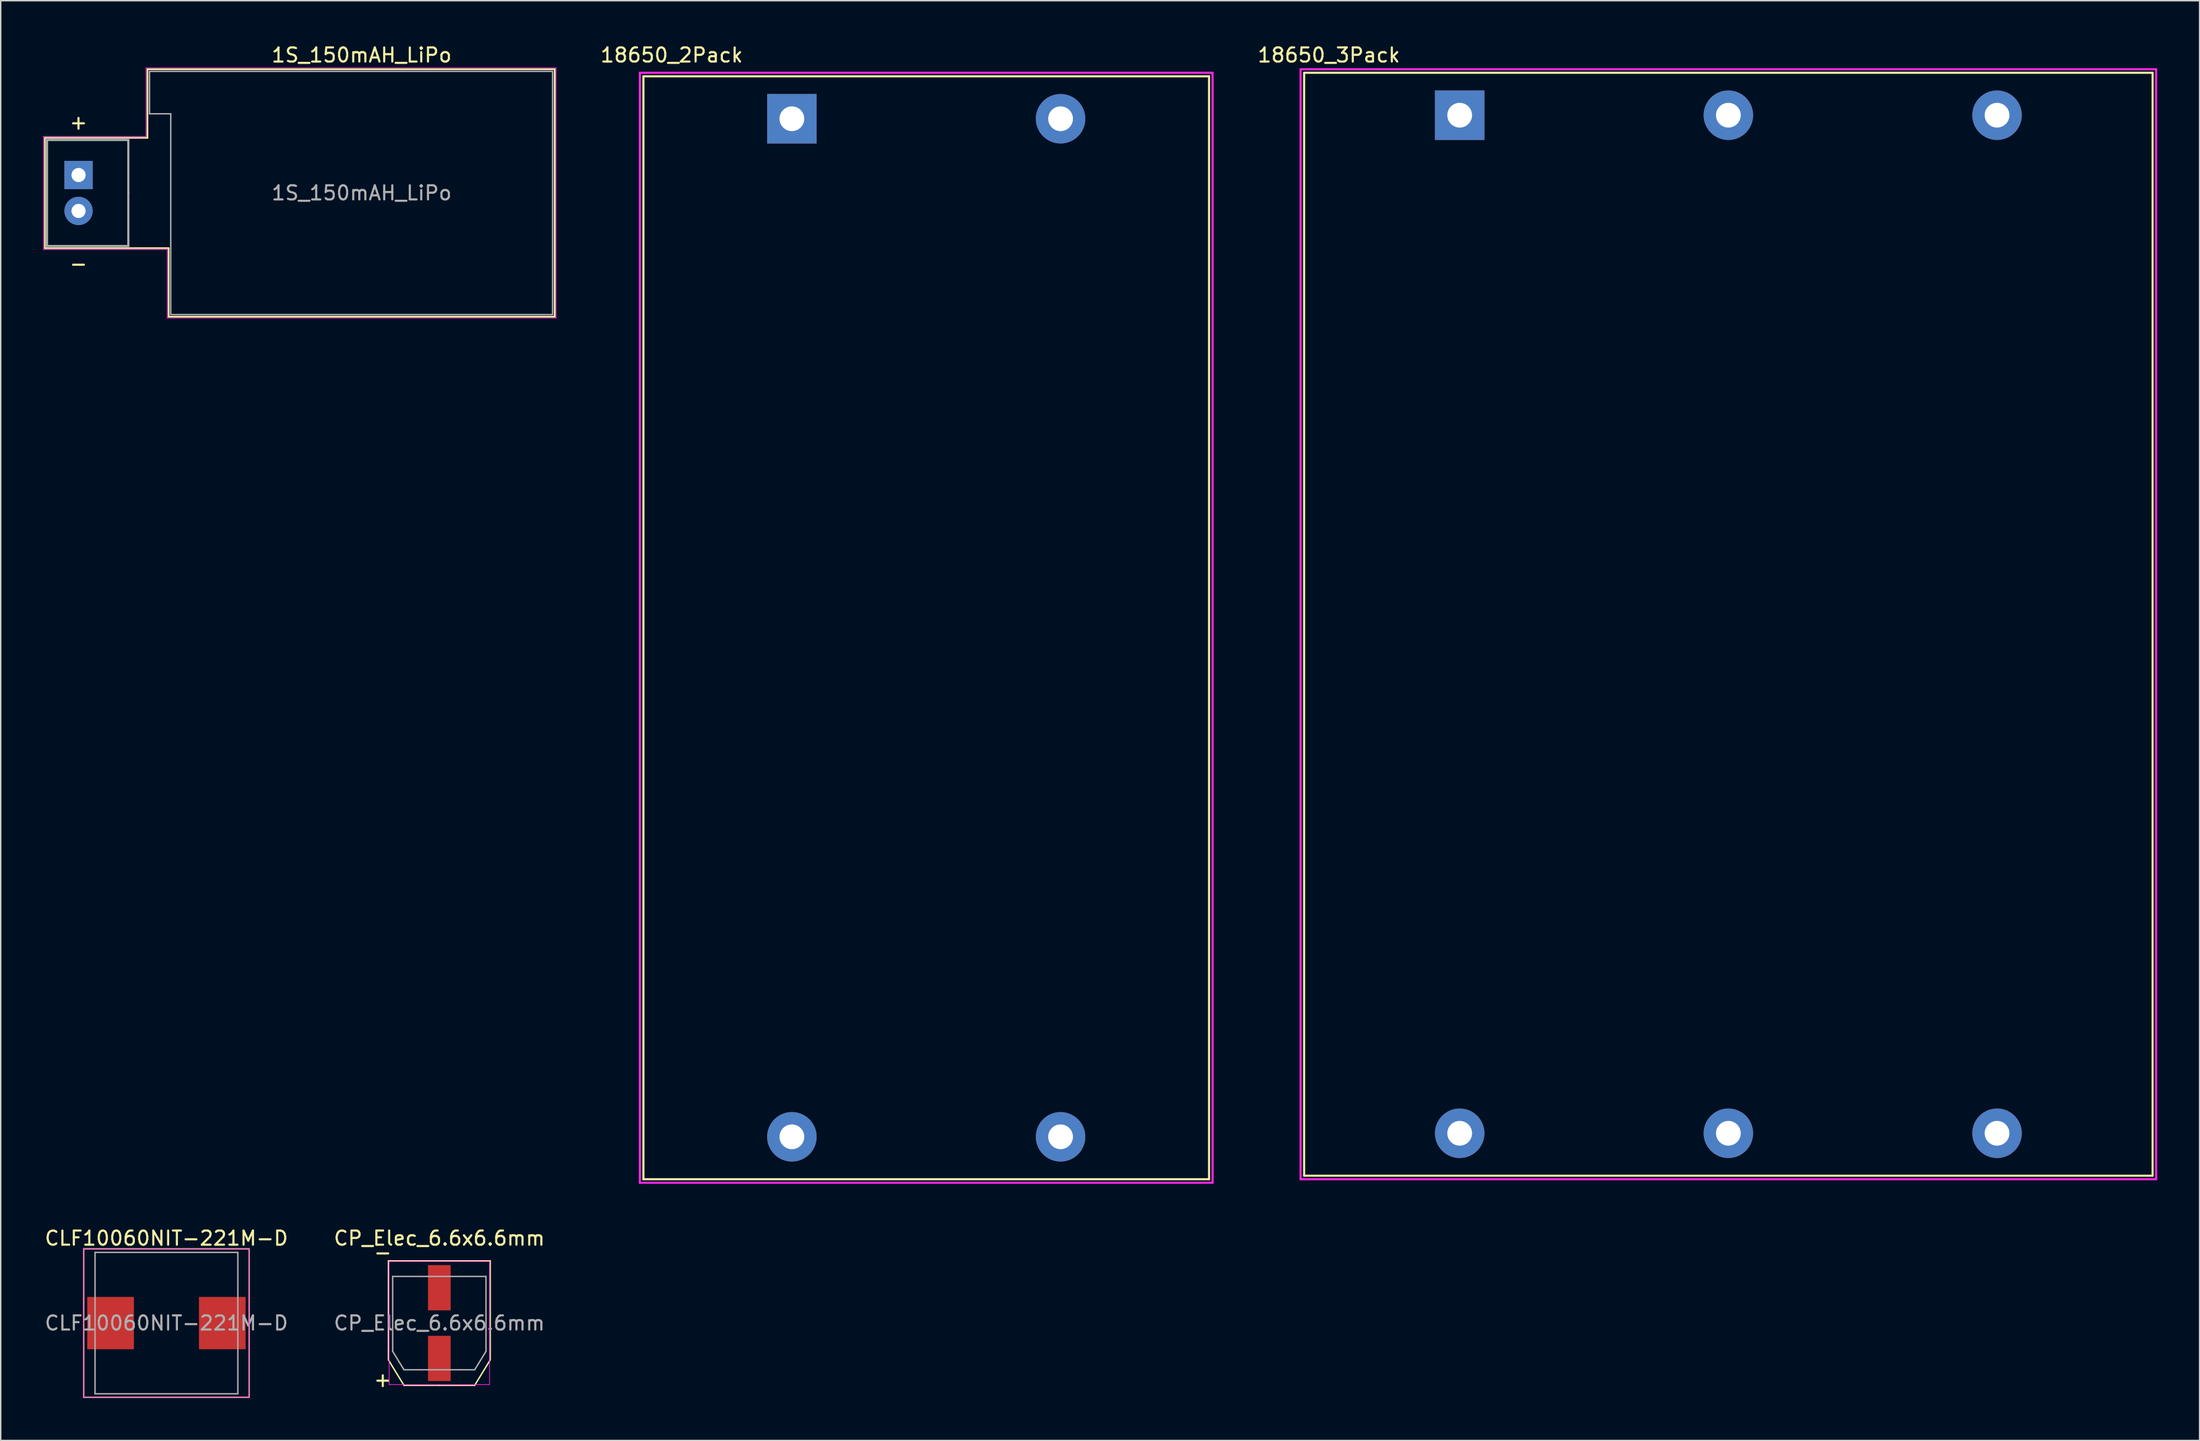
<source format=kicad_pcb>
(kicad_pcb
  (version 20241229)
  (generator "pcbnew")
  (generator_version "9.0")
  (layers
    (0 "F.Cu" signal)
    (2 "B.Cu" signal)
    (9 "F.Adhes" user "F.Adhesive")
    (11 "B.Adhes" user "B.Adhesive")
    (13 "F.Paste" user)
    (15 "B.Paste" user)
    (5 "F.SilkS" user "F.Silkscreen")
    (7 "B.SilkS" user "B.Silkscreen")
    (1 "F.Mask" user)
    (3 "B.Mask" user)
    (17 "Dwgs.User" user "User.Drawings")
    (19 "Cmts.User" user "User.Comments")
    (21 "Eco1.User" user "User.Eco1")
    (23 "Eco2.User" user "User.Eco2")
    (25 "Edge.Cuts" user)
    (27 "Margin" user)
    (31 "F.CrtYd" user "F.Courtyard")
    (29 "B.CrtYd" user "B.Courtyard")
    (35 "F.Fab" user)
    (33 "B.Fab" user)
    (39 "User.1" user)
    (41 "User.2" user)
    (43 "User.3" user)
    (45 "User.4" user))
  (footprint "1S_150mAH_LiPo"
    (layer "F.Cu")
    (at 22.525 10.598)
    (property "Reference" "1S_150mAH_LiPo" (at 0 -9.75 0) (layer "F.SilkS") (effects (font (size 1 1) (thickness 0.15))))
    (attr through_hole)
    (fp_line (start -22.4 -3.9) (end -22.4 3.9) (stroke (width 0.12) (type solid)) (layer "F.SilkS"))
    (fp_line (start -22.4 3.9) (end -13.65 3.9) (stroke (width 0.12) (type solid)) (layer "F.SilkS"))
    (fp_line (start -15.15 -8.75) (end -15.15 -3.9) (stroke (width 0.12) (type solid)) (layer "F.SilkS"))
    (fp_line (start -15.15 -3.9) (end -22.4 -3.9) (stroke (width 0.12) (type solid)) (layer "F.SilkS"))
    (fp_line (start -13.65 3.9) (end -13.65 8.75) (stroke (width 0.12) (type solid)) (layer "F.SilkS"))
    (fp_line (start -13.65 8.75) (end 13.65 8.75) (stroke (width 0.12) (type solid)) (layer "F.SilkS"))
    (fp_line (start 13.65 -8.75) (end -15.15 -8.75) (stroke (width 0.12) (type solid)) (layer "F.SilkS"))
    (fp_line (start 13.65 8.75) (end 13.65 -8.75) (stroke (width 0.12) (type solid)) (layer "F.SilkS"))
    (fp_line (start -22.5 -4) (end -15.25 -4) (stroke (width 0.05) (type solid)) (layer "F.CrtYd"))
    (fp_line (start -22.5 4) (end -22.5 -4) (stroke (width 0.05) (type solid)) (layer "F.CrtYd"))
    (fp_line (start -15.25 -8.85) (end 13.75 -8.85) (stroke (width 0.05) (type solid)) (layer "F.CrtYd"))
    (fp_line (start -15.25 -4) (end -15.25 -8.85) (stroke (width 0.05) (type solid)) (layer "F.CrtYd"))
    (fp_line (start -13.75 4) (end -22.5 4) (stroke (width 0.05) (type solid)) (layer "F.CrtYd"))
    (fp_line (start -13.75 8.85) (end -13.75 4) (stroke (width 0.05) (type solid)) (layer "F.CrtYd"))
    (fp_line (start 13.75 -8.85) (end 13.75 8.85) (stroke (width 0.05) (type solid)) (layer "F.CrtYd"))
    (fp_line (start 13.75 8.85) (end -13.75 8.85) (stroke (width 0.05) (type solid)) (layer "F.CrtYd"))
    (fp_line (start -22.25 -3.75) (end -16.5 -3.75) (stroke (width 0.15) (type solid)) (layer "F.Fab"))
    (fp_line (start -22.25 3.75) (end -22.25 -3.75) (stroke (width 0.15) (type solid)) (layer "F.Fab"))
    (fp_line (start -16.5 0) (end -16.5 -3.75) (stroke (width 0.15) (type solid)) (layer "F.Fab"))
    (fp_line (start -16.5 0) (end -16.5 3.75) (stroke (width 0.15) (type solid)) (layer "F.Fab"))
    (fp_line (start -16.5 3.75) (end -22.25 3.75) (stroke (width 0.15) (type solid)) (layer "F.Fab"))
    (fp_line (start -15 -8.6) (end -15 -5.6) (stroke (width 0.1) (type solid)) (layer "F.Fab"))
    (fp_line (start -15 -5.6) (end -13.5 -5.6) (stroke (width 0.1) (type solid)) (layer "F.Fab"))
    (fp_line (start -13.5 -5.6) (end -13.5 8.6) (stroke (width 0.1) (type solid)) (layer "F.Fab"))
    (fp_line (start -13.5 8.6) (end 13.5 8.6) (stroke (width 0.1) (type solid)) (layer "F.Fab"))
    (fp_line (start 13.5 -8.6) (end -15 -8.6) (stroke (width 0.1) (type solid)) (layer "F.Fab"))
    (fp_line (start 13.5 8.6) (end 13.5 -8.6) (stroke (width 0.1) (type solid)) (layer "F.Fab"))
    (fp_text user "+" (at -20.025 -5 0) (layer "F.SilkS") (effects (font (size 1 1) (thickness 0.15))))
    (fp_text user "-" (at -20.025 5 0) (layer "F.SilkS") (effects (font (size 1 1) (thickness 0.15))))
    (fp_text user "${REFERENCE}" (at 0 0 0) (layer "F.Fab") (effects (font (size 1 1) (thickness 0.15))))
    (pad "1" thru_hole rect (at -20.02 -1.27) (size 2 2) (drill 1) (layers "*.Cu" "*.Mask"))
    (pad "2" thru_hole circle (at -20.02 1.27) (size 2 2) (drill 1) (layers "*.Cu" "*.Mask")))
  (footprint "18650_2Pack"
    (layer "F.Cu")
    (at 62.449 41.348)
    (property "Reference" "18650_2Pack" (at -18 -40.5 0) (layer "F.SilkS") (effects (font (size 1 1) (thickness 0.15))))
    (attr through_hole)
    (fp_line (start -20 -39) (end -20 39) (stroke (width 0.15) (type solid)) (layer "F.SilkS"))
    (fp_line (start -20 39) (end 20 39) (stroke (width 0.15) (type solid)) (layer "F.SilkS"))
    (fp_line (start 20 -39) (end -20 -39) (stroke (width 0.15) (type solid)) (layer "F.SilkS"))
    (fp_line (start 20 39) (end 20 -39) (stroke (width 0.15) (type solid)) (layer "F.SilkS"))
    (fp_line (start -20.25 -39.25) (end -20.25 39.25) (stroke (width 0.15) (type solid)) (layer "F.CrtYd"))
    (fp_line (start -20.25 39.25) (end 20.25 39.25) (stroke (width 0.15) (type solid)) (layer "F.CrtYd"))
    (fp_line (start 20.25 -39.25) (end -20.25 -39.25) (stroke (width 0.15) (type solid)) (layer "F.CrtYd"))
    (fp_line (start 20.25 39.25) (end 20.25 -39.25) (stroke (width 0.15) (type solid)) (layer "F.CrtYd"))
    (pad "1" thru_hole rect (at -9.5 -36) (size 3.5 3.5) (drill 1.75) (layers "*.Cu" "*.Mask"))
    (pad "2" thru_hole circle (at -9.5 36) (size 3.5 3.5) (drill 1.75) (layers "*.Cu" "*.Mask"))
    (pad "3" thru_hole circle (at 9.5 -36) (size 3.5 3.5) (drill 1.75) (layers "*.Cu" "*.Mask"))
    (pad "4" thru_hole circle (at 9.5 36) (size 3.5 3.5) (drill 1.75) (layers "*.Cu" "*.Mask")))
  (footprint "CP_Elec_6.6x6.6mm"
    (layer "F.Cu")
    (at 28.018 90.522)
    (property "Reference" "CP_Elec_6.6x6.6mm" (at 0 -6 0) (layer "F.SilkS") (effects (font (size 1 1) (thickness 0.15))))
    (attr smd)
    (fp_line (start -3.6 -4.4) (end -3.6 2) (stroke (width 0.1) (type solid)) (layer "F.SilkS"))
    (fp_line (start -3.6 2.6) (end -3.6 1.9) (stroke (width 0.1) (type solid)) (layer "F.SilkS"))
    (fp_line (start -3.3 3.1) (end -3.6 2.6) (stroke (width 0.1) (type solid)) (layer "F.SilkS"))
    (fp_line (start -2.5 4.4) (end -3.3 3.1) (stroke (width 0.1) (type solid)) (layer "F.SilkS"))
    (fp_line (start 0 4.4) (end -2.5 4.4) (stroke (width 0.1) (type solid)) (layer "F.SilkS"))
    (fp_line (start 0 4.4) (end 2.5 4.4) (stroke (width 0.1) (type solid)) (layer "F.SilkS"))
    (fp_line (start 2.5 4.4) (end 3.6 2.6) (stroke (width 0.1) (type solid)) (layer "F.SilkS"))
    (fp_line (start 3.6 -4.4) (end -3.6 -4.4) (stroke (width 0.1) (type solid)) (layer "F.SilkS"))
    (fp_line (start 3.6 2.6) (end 3.6 -4.4) (stroke (width 0.1) (type solid)) (layer "F.SilkS"))
    (fp_line (start -3.55 -4.35) (end 3.55 -4.35) (stroke (width 0.05) (type solid)) (layer "F.CrtYd"))
    (fp_line (start -3.55 4.35) (end -3.55 -4.35) (stroke (width 0.05) (type solid)) (layer "F.CrtYd"))
    (fp_line (start 3.55 -4.35) (end 3.55 4.35) (stroke (width 0.05) (type solid)) (layer "F.CrtYd"))
    (fp_line (start 3.55 4.35) (end -3.55 4.35) (stroke (width 0.05) (type solid)) (layer "F.CrtYd"))
    (fp_line (start -3.3 2) (end -3.3 -3.3) (stroke (width 0.1) (type solid)) (layer "F.Fab"))
    (fp_line (start -2.5 3.3) (end -3.3 2) (stroke (width 0.1) (type solid)) (layer "F.Fab"))
    (fp_line (start 2.5 3.3) (end -2.5 3.3) (stroke (width 0.1) (type solid)) (layer "F.Fab"))
    (fp_line (start 3.3 -3.3) (end -3.3 -3.3) (stroke (width 0.1) (type solid)) (layer "F.Fab"))
    (fp_line (start 3.3 -3.3) (end 3.3 2) (stroke (width 0.1) (type solid)) (layer "F.Fab"))
    (fp_line (start 3.3 2) (end 2.5 3.3) (stroke (width 0.1) (type solid)) (layer "F.Fab"))
    (fp_text user "-" (at -4 -5 0) (layer "F.SilkS") (effects (font (size 1 1) (thickness 0.15))))
    (fp_text user "+" (at -4 4 0) (layer "F.SilkS") (effects (font (size 1 1) (thickness 0.15))))
    (fp_text user "${REFERENCE}" (at 0 0 0) (layer "F.Fab") (effects (font (size 1 1) (thickness 0.15))))
    (pad "1" smd rect (at 0 2.5) (size 1.6 3.2) (layers "F.Cu" "F.Mask" "F.Paste"))
    (pad "2" smd rect (at 0 -2.5) (size 1.6 3.2) (layers "F.Cu" "F.Mask" "F.Paste")))
  (footprint "18650_3Pack"
    (layer "F.Cu")
    (at 119.173 41.098)
    (property "Reference" "18650_3Pack" (at -28.25 -40.25 0) (layer "F.SilkS") (effects (font (size 1 1) (thickness 0.15))))
    (attr through_hole)
    (fp_line (start -30 -39) (end -30 39) (stroke (width 0.15) (type solid)) (layer "F.SilkS"))
    (fp_line (start -30 39) (end 30 39) (stroke (width 0.15) (type solid)) (layer "F.SilkS"))
    (fp_line (start 30 -39) (end -30 -39) (stroke (width 0.15) (type solid)) (layer "F.SilkS"))
    (fp_line (start 30 39) (end 30 -39) (stroke (width 0.15) (type solid)) (layer "F.SilkS"))
    (fp_line (start -30.25 -39.25) (end -30.25 39.25) (stroke (width 0.15) (type solid)) (layer "F.CrtYd"))
    (fp_line (start -30.25 39.25) (end 30.25 39.25) (stroke (width 0.15) (type solid)) (layer "F.CrtYd"))
    (fp_line (start 30.25 -39.25) (end -30.25 -39.25) (stroke (width 0.15) (type solid)) (layer "F.CrtYd"))
    (fp_line (start 30.25 39.25) (end 30.25 -39.25) (stroke (width 0.15) (type solid)) (layer "F.CrtYd"))
    (pad "1" thru_hole rect (at -19 -36) (size 3.5 3.5) (drill 1.75) (layers "*.Cu" "*.Mask"))
    (pad "2" thru_hole circle (at -19 36) (size 3.5 3.5) (drill 1.75) (layers "*.Cu" "*.Mask"))
    (pad "3" thru_hole circle (at 0 -36) (size 3.5 3.5) (drill 1.75) (layers "*.Cu" "*.Mask"))
    (pad "4" thru_hole circle (at 0 36) (size 3.5 3.5) (drill 1.75) (layers "*.Cu" "*.Mask"))
    (pad "5" thru_hole circle (at 19 -36) (size 3.5 3.5) (drill 1.75) (layers "*.Cu" "*.Mask"))
    (pad "6" thru_hole circle (at 19 36) (size 3.5 3.5) (drill 1.75) (layers "*.Cu" "*.Mask")))
  (footprint "CLF10060NIT-221M-D"
    (layer "F.Cu")
    (at 8.72 90.522)
    (property "Reference" "CLF10060NIT-221M-D" (at 0 -6 0) (layer "F.SilkS") (effects (font (size 1 1) (thickness 0.15))))
    (attr smd)
    (fp_line (start -5.85 -5.25) (end -5.85 5.25) (stroke (width 0.1) (type solid)) (layer "F.SilkS"))
    (fp_line (start -5.85 5.25) (end 5.85 5.25) (stroke (width 0.1) (type solid)) (layer "F.SilkS"))
    (fp_line (start 5.85 -5.25) (end -5.85 -5.25) (stroke (width 0.1) (type solid)) (layer "F.SilkS"))
    (fp_line (start 5.85 5.25) (end 5.85 -5.25) (stroke (width 0.1) (type solid)) (layer "F.SilkS"))
    (fp_line (start -5.85 -5.25) (end -5.85 5.25) (stroke (width 0.05) (type solid)) (layer "F.CrtYd"))
    (fp_line (start -5.85 5.25) (end 5.85 5.25) (stroke (width 0.05) (type solid)) (layer "F.CrtYd"))
    (fp_line (start 5.85 -5.25) (end -5.85 -5.25) (stroke (width 0.05) (type solid)) (layer "F.CrtYd"))
    (fp_line (start 5.85 5.25) (end 5.85 -5.25) (stroke (width 0.05) (type solid)) (layer "F.CrtYd"))
    (fp_line (start -5.05 -5) (end -5.05 5) (stroke (width 0.1) (type solid)) (layer "F.Fab"))
    (fp_line (start -5.05 5) (end 5.05 5) (stroke (width 0.1) (type solid)) (layer "F.Fab"))
    (fp_line (start 5.05 -5) (end -5.05 -5) (stroke (width 0.1) (type solid)) (layer "F.Fab"))
    (fp_line (start 5.05 5) (end 5.05 -5) (stroke (width 0.1) (type solid)) (layer "F.Fab"))
    (fp_text user "${REFERENCE}" (at 0 0 0) (layer "F.Fab") (effects (font (size 1 1) (thickness 0.15))))
    (pad "1" smd rect (at 3.95 0) (size 3.3 3.7) (layers "F.Cu" "F.Mask" "F.Paste"))
    (pad "2" smd rect (at -3.95 0) (size 3.3 3.7) (layers "F.Cu" "F.Mask" "F.Paste")))
  (gr_rect
    (start -3 -3)
    (end 152.498 98.822)
    (stroke (width 0.1) (type default))
    (fill no)
    (layer "Edge.Cuts")))
</source>
